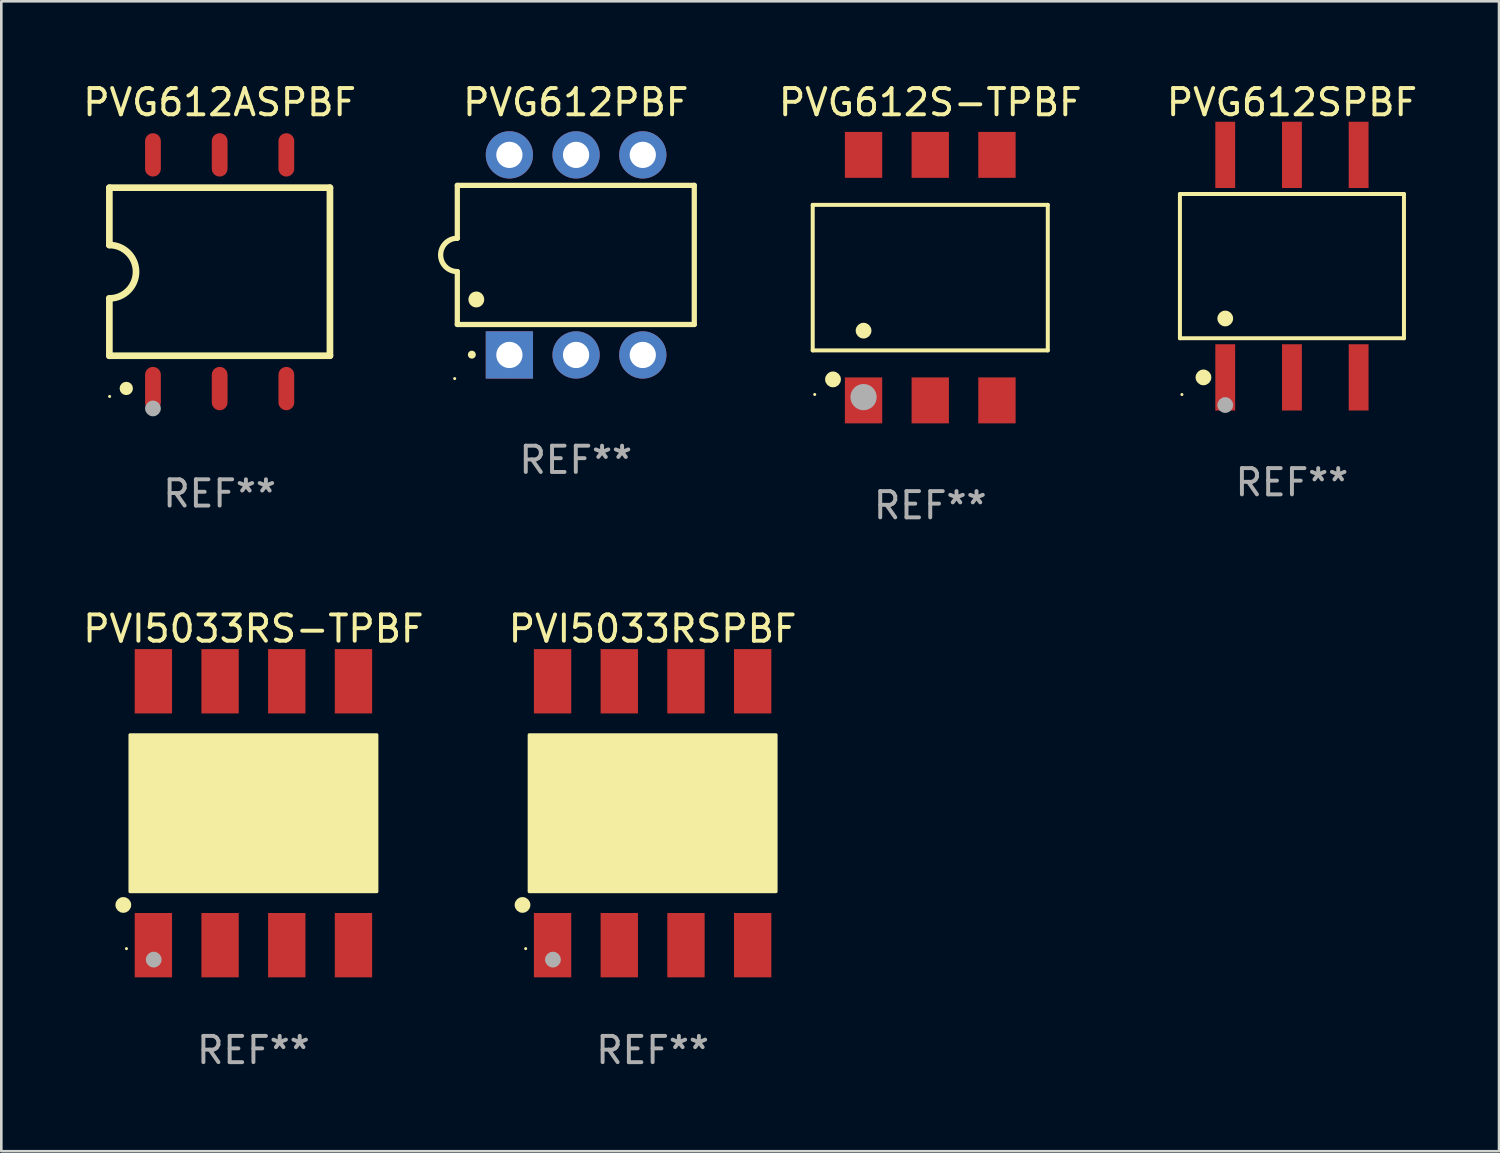
<source format=kicad_pcb>
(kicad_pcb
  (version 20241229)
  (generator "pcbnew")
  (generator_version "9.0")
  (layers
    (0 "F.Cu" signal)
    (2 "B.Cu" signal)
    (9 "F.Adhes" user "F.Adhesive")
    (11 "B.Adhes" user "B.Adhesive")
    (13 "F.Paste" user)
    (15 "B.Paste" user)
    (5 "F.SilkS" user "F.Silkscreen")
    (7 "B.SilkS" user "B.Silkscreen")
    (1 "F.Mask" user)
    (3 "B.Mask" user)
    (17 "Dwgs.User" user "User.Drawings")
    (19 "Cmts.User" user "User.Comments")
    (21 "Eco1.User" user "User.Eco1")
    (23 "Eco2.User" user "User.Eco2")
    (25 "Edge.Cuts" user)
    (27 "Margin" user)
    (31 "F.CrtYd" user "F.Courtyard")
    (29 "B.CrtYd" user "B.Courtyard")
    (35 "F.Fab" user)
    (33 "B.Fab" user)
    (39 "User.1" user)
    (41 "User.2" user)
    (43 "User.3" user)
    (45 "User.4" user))
  (footprint "PVG612ASPBF"
    (layer "F.Cu")
    (at 5.315 7.298)
    (property "Reference" "PVG612ASPBF" (at 0 -6.45 0) (layer "F.SilkS") (effects (font (size 1 1) (thickness 0.15))))
    (attr through_hole)
    (fp_line (start -4.2 -3.2) (end -4.2 -1.016) (stroke (width 0.254) (type solid)) (layer "F.SilkS"))
    (fp_line (start -4.2 -3.2) (end 4.2 -3.2) (stroke (width 0.254) (type solid)) (layer "F.SilkS"))
    (fp_line (start -4.2 3.2) (end -4.2 1.016) (stroke (width 0.254) (type solid)) (layer "F.SilkS"))
    (fp_line (start 4.2 -3.2) (end 4.2 3.2) (stroke (width 0.254) (type solid)) (layer "F.SilkS"))
    (fp_line (start 4.2 3.2) (end -4.2 3.2) (stroke (width 0.254) (type solid)) (layer "F.SilkS"))
    (fp_arc (start -4.201169 -1.016003) (mid -3.185166 -0.000585) (end -4.2 1.016002) (stroke (width 0.254001) (type solid)) (layer "F.SilkS"))
    (fp_circle (center -4.19 4.75) (end -4.16 4.75) (stroke (width 0.06) (type solid)) (fill no) (layer "F.SilkS"))
    (fp_circle (center -3.556 4.445) (end -3.429 4.445) (stroke (width 0.254) (type solid)) (fill no) (layer "F.SilkS"))
    (fp_circle (center -2.54 5.207) (end -2.39 5.207) (stroke (width 0.3) (type solid)) (fill no) (layer "F.Fab"))
    (fp_text user "REF**" (at 0 8.45 0) (layer "F.Fab") (effects (font (size 1 1) (thickness 0.15))))
    (pad "1" smd oval (at -2.54 4.45 90) (size 1.65 0.6) (layers "F.Cu" "F.Mask" "F.Paste"))
    (pad "2" smd oval (at 0 4.45 90) (size 1.65 0.6) (layers "F.Cu" "F.Mask" "F.Paste"))
    (pad "3" smd oval (at 2.54 4.45 90) (size 1.65 0.6) (layers "F.Cu" "F.Mask" "F.Paste"))
    (pad "4" smd oval (at 2.54 -4.45 90) (size 1.65 0.6) (layers "F.Cu" "F.Mask" "F.Paste"))
    (pad "5" smd oval (at 0 -4.45 90) (size 1.65 0.6) (layers "F.Cu" "F.Mask" "F.Paste"))
    (pad "6" smd oval (at -2.54 -4.45 90) (size 1.65 0.6) (layers "F.Cu" "F.Mask" "F.Paste")))
  (footprint "PVG612PBF"
    (layer "F.Cu")
    (at 18.878 6.658)
    (property "Reference" "PVG612PBF" (at 0 -5.81 0) (layer "F.SilkS") (effects (font (size 1 1) (thickness 0.15))))
    (attr through_hole)
    (fp_line (start -4.512 -2.649) (end 4.512 -2.649) (stroke (width 0.2) (type solid)) (layer "F.SilkS"))
    (fp_line (start -4.512 -0.635) (end -4.512 -2.649) (stroke (width 0.2) (type solid)) (layer "F.SilkS"))
    (fp_line (start -4.512 2.649) (end -4.512 0.635) (stroke (width 0.2) (type solid)) (layer "F.SilkS"))
    (fp_line (start 4.512 -2.649) (end 4.512 2.649) (stroke (width 0.2) (type solid)) (layer "F.SilkS"))
    (fp_line (start 4.512 2.649) (end -4.512 2.649) (stroke (width 0.2) (type solid)) (layer "F.SilkS"))
    (fp_arc (start -4.512319 0.635001) (mid -5.14732 0) (end -4.512319 -0.635001) (stroke (width 0.2) (type solid)) (layer "F.SilkS"))
    (fp_arc (start -3.958598 3.799848) (mid -3.958603 3.798578) (end -3.958598 3.797308) (stroke (width 0.3) (type solid)) (layer "F.SilkS"))
    (fp_arc (start -3.788418 1.699263) (mid -3.788429 1.696723) (end -3.788418 1.694183) (stroke (width 0.6) (type solid)) (layer "F.SilkS"))
    (fp_circle (center -4.612 4.71) (end -4.582 4.71) (stroke (width 0.06) (type solid)) (fill no) (layer "F.SilkS"))
    (fp_text user "REF**" (at 0 7.81 0) (layer "F.Fab") (effects (font (size 1 1) (thickness 0.15))))
    (pad "1" thru_hole rect (at -2.529 3.81 90) (size 1.8 1.8) (drill 1) (layers "*.Cu" "*.Mask"))
    (pad "2" thru_hole circle (at 0.011 3.81) (size 1.8 1.8) (drill 1) (layers "*.Cu" "*.Mask"))
    (pad "3" thru_hole circle (at 2.551 3.81) (size 1.8 1.8) (drill 1) (layers "*.Cu" "*.Mask"))
    (pad "4" thru_hole circle (at 2.551 -3.81) (size 1.8 1.8) (drill 1) (layers "*.Cu" "*.Mask"))
    (pad "5" thru_hole circle (at 0.011 -3.81) (size 1.8 1.8) (drill 1) (layers "*.Cu" "*.Mask"))
    (pad "6" thru_hole circle (at -2.529 -3.81) (size 1.8 1.8) (drill 1) (layers "*.Cu" "*.Mask")))
  (footprint "PVI5033RS-TPBF"
    (layer "F.Cu")
    (at 6.601 27.92)
    (property "Reference" "PVI5033RS-TPBF" (at 0 -7.025 0) (layer "F.SilkS") (effects (font (size 1 1) (thickness 0.15))))
    (attr through_hole)
    (fp_circle (center -4.955 3.493) (end -4.805 3.493) (stroke (width 0.3) (type solid)) (fill no) (layer "F.SilkS"))
    (fp_circle (center -4.835 5.157) (end -4.805 5.157) (stroke (width 0.06) (type solid)) (fill no) (layer "F.SilkS"))
    (fp_poly (pts (xy -4.699 -2.985) (xy 4.699 -2.985) (xy 4.699 2.985) (xy -4.699 2.985)) (stroke (width 0.12) (type solid)) (fill yes) (layer "F.SilkS"))
    (fp_circle (center -3.797 5.575) (end -3.647 5.575) (stroke (width 0.3) (type solid)) (fill no) (layer "F.Fab"))
    (fp_text user "REF**" (at 0 9.025 0) (layer "F.Fab") (effects (font (size 1 1) (thickness 0.15))))
    (pad "1" smd rect (at -3.81 5.025) (size 1.422 2.45) (layers "F.Cu" "F.Mask" "F.Paste"))
    (pad "2" smd rect (at -1.27 5.025) (size 1.422 2.45) (layers "F.Cu" "F.Mask" "F.Paste"))
    (pad "3" smd rect (at 1.27 5.025) (size 1.422 2.45) (layers "F.Cu" "F.Mask" "F.Paste"))
    (pad "4" smd rect (at 3.81 5.025) (size 1.422 2.45) (layers "F.Cu" "F.Mask" "F.Paste"))
    (pad "5" smd rect (at 3.81 -5.025) (size 1.422 2.45) (layers "F.Cu" "F.Mask" "F.Paste"))
    (pad "6" smd rect (at 1.27 -5.025) (size 1.422 2.45) (layers "F.Cu" "F.Mask" "F.Paste"))
    (pad "7" smd rect (at -1.27 -5.025) (size 1.422 2.45) (layers "F.Cu" "F.Mask" "F.Paste"))
    (pad "8" smd rect (at -3.81 -5.025) (size 1.422 2.45) (layers "F.Cu" "F.Mask" "F.Paste")))
  (footprint "PVG612SPBF"
    (layer "F.Cu")
    (at 46.151 7.085)
    (property "Reference" "PVG612SPBF" (at 0 -6.237 0) (layer "F.SilkS") (effects (font (size 1 1) (thickness 0.15))))
    (attr through_hole)
    (fp_line (start -4.266 -2.746) (end 4.266 -2.746) (stroke (width 0.152) (type solid)) (layer "F.SilkS"))
    (fp_line (start -4.266 2.746) (end -4.266 -2.746) (stroke (width 0.152) (type solid)) (layer "F.SilkS"))
    (fp_line (start 4.266 -2.746) (end 4.266 2.746) (stroke (width 0.152) (type solid)) (layer "F.SilkS"))
    (fp_line (start 4.266 2.746) (end -4.266 2.746) (stroke (width 0.152) (type solid)) (layer "F.SilkS"))
    (fp_circle (center -4.19 4.89) (end -4.16 4.89) (stroke (width 0.06) (type solid)) (fill no) (layer "F.SilkS"))
    (fp_circle (center -3.37 4.237) (end -3.22 4.237) (stroke (width 0.3) (type solid)) (fill no) (layer "F.SilkS"))
    (fp_circle (center -2.54 1.994) (end -2.39 1.994) (stroke (width 0.3) (type solid)) (fill no) (layer "F.SilkS"))
    (fp_circle (center -2.54 5.29) (end -2.39 5.29) (stroke (width 0.3) (type solid)) (fill no) (layer "F.Fab"))
    (fp_text user "REF**" (at 0 8.237 0) (layer "F.Fab") (effects (font (size 1 1) (thickness 0.15))))
    (pad "1" smd rect (at -2.54 4.237) (size 0.756 2.524) (layers "F.Cu" "F.Mask" "F.Paste"))
    (pad "2" smd rect (at 0 4.237) (size 0.756 2.524) (layers "F.Cu" "F.Mask" "F.Paste"))
    (pad "3" smd rect (at 2.54 4.237) (size 0.756 2.524) (layers "F.Cu" "F.Mask" "F.Paste"))
    (pad "4" smd rect (at 2.54 -4.237) (size 0.756 2.524) (layers "F.Cu" "F.Mask" "F.Paste"))
    (pad "5" smd rect (at 0 -4.237) (size 0.756 2.524) (layers "F.Cu" "F.Mask" "F.Paste"))
    (pad "6" smd rect (at -2.54 -4.237) (size 0.756 2.524) (layers "F.Cu" "F.Mask" "F.Paste")))
  (footprint "PVG612S-TPBF"
    (layer "F.Cu")
    (at 32.377 7.523)
    (property "Reference" "PVG612S-TPBF" (at 0 -6.675 0) (layer "F.SilkS") (effects (font (size 1 1) (thickness 0.15))))
    (attr through_hole)
    (fp_line (start -4.476 -2.771) (end 4.476 -2.771) (stroke (width 0.152) (type solid)) (layer "F.SilkS"))
    (fp_line (start -4.476 2.771) (end -4.476 -2.771) (stroke (width 0.152) (type solid)) (layer "F.SilkS"))
    (fp_line (start 4.476 -2.771) (end 4.476 2.771) (stroke (width 0.152) (type solid)) (layer "F.SilkS"))
    (fp_line (start 4.476 2.771) (end -4.476 2.771) (stroke (width 0.152) (type solid)) (layer "F.SilkS"))
    (fp_circle (center -4.4 4.45) (end -4.37 4.45) (stroke (width 0.06) (type solid)) (fill no) (layer "F.SilkS"))
    (fp_circle (center -3.704 3.875) (end -3.553 3.875) (stroke (width 0.3) (type solid)) (fill no) (layer "F.SilkS"))
    (fp_circle (center -2.54 2.019) (end -2.39 2.019) (stroke (width 0.3) (type solid)) (fill no) (layer "F.SilkS"))
    (fp_circle (center -2.54 4.55) (end -2.29 4.55) (stroke (width 0.5) (type solid)) (fill no) (layer "F.Fab"))
    (fp_text user "REF**" (at 0 8.675 0) (layer "F.Fab") (effects (font (size 1 1) (thickness 0.15))))
    (pad "1" smd rect (at -2.54 4.675) (size 1.422 1.75) (layers "F.Cu" "F.Mask" "F.Paste"))
    (pad "2" smd rect (at 0 4.675) (size 1.422 1.75) (layers "F.Cu" "F.Mask" "F.Paste"))
    (pad "3" smd rect (at 2.54 4.675) (size 1.422 1.75) (layers "F.Cu" "F.Mask" "F.Paste"))
    (pad "4" smd rect (at 2.54 -4.675) (size 1.422 1.75) (layers "F.Cu" "F.Mask" "F.Paste"))
    (pad "5" smd rect (at 0 -4.675) (size 1.422 1.75) (layers "F.Cu" "F.Mask" "F.Paste"))
    (pad "6" smd rect (at -2.54 -4.675) (size 1.422 1.75) (layers "F.Cu" "F.Mask" "F.Paste")))
  (footprint "PVI5033RSPBF"
    (layer "F.Cu")
    (at 21.804 27.92)
    (property "Reference" "PVI5033RSPBF" (at 0 -7.025 0) (layer "F.SilkS") (effects (font (size 1 1) (thickness 0.15))))
    (attr through_hole)
    (fp_circle (center -4.955 3.493) (end -4.805 3.493) (stroke (width 0.3) (type solid)) (fill no) (layer "F.SilkS"))
    (fp_circle (center -4.835 5.157) (end -4.805 5.157) (stroke (width 0.06) (type solid)) (fill no) (layer "F.SilkS"))
    (fp_poly (pts (xy -4.699 -2.985) (xy 4.699 -2.985) (xy 4.699 2.985) (xy -4.699 2.985)) (stroke (width 0.12) (type solid)) (fill yes) (layer "F.SilkS"))
    (fp_circle (center -3.797 5.575) (end -3.647 5.575) (stroke (width 0.3) (type solid)) (fill no) (layer "F.Fab"))
    (fp_text user "REF**" (at 0 9.025 0) (layer "F.Fab") (effects (font (size 1 1) (thickness 0.15))))
    (pad "1" smd rect (at -3.81 5.025) (size 1.422 2.45) (layers "F.Cu" "F.Mask" "F.Paste"))
    (pad "2" smd rect (at -1.27 5.025) (size 1.422 2.45) (layers "F.Cu" "F.Mask" "F.Paste"))
    (pad "3" smd rect (at 1.27 5.025) (size 1.422 2.45) (layers "F.Cu" "F.Mask" "F.Paste"))
    (pad "4" smd rect (at 3.81 5.025) (size 1.422 2.45) (layers "F.Cu" "F.Mask" "F.Paste"))
    (pad "5" smd rect (at 3.81 -5.025) (size 1.422 2.45) (layers "F.Cu" "F.Mask" "F.Paste"))
    (pad "6" smd rect (at 1.27 -5.025) (size 1.422 2.45) (layers "F.Cu" "F.Mask" "F.Paste"))
    (pad "7" smd rect (at -1.27 -5.025) (size 1.422 2.45) (layers "F.Cu" "F.Mask" "F.Paste"))
    (pad "8" smd rect (at -3.81 -5.025) (size 1.422 2.45) (layers "F.Cu" "F.Mask" "F.Paste")))
  (gr_rect
    (start -3 -3)
    (end 54.038 40.793)
    (stroke (width 0.1) (type default))
    (fill no)
    (layer "Edge.Cuts")))
</source>
